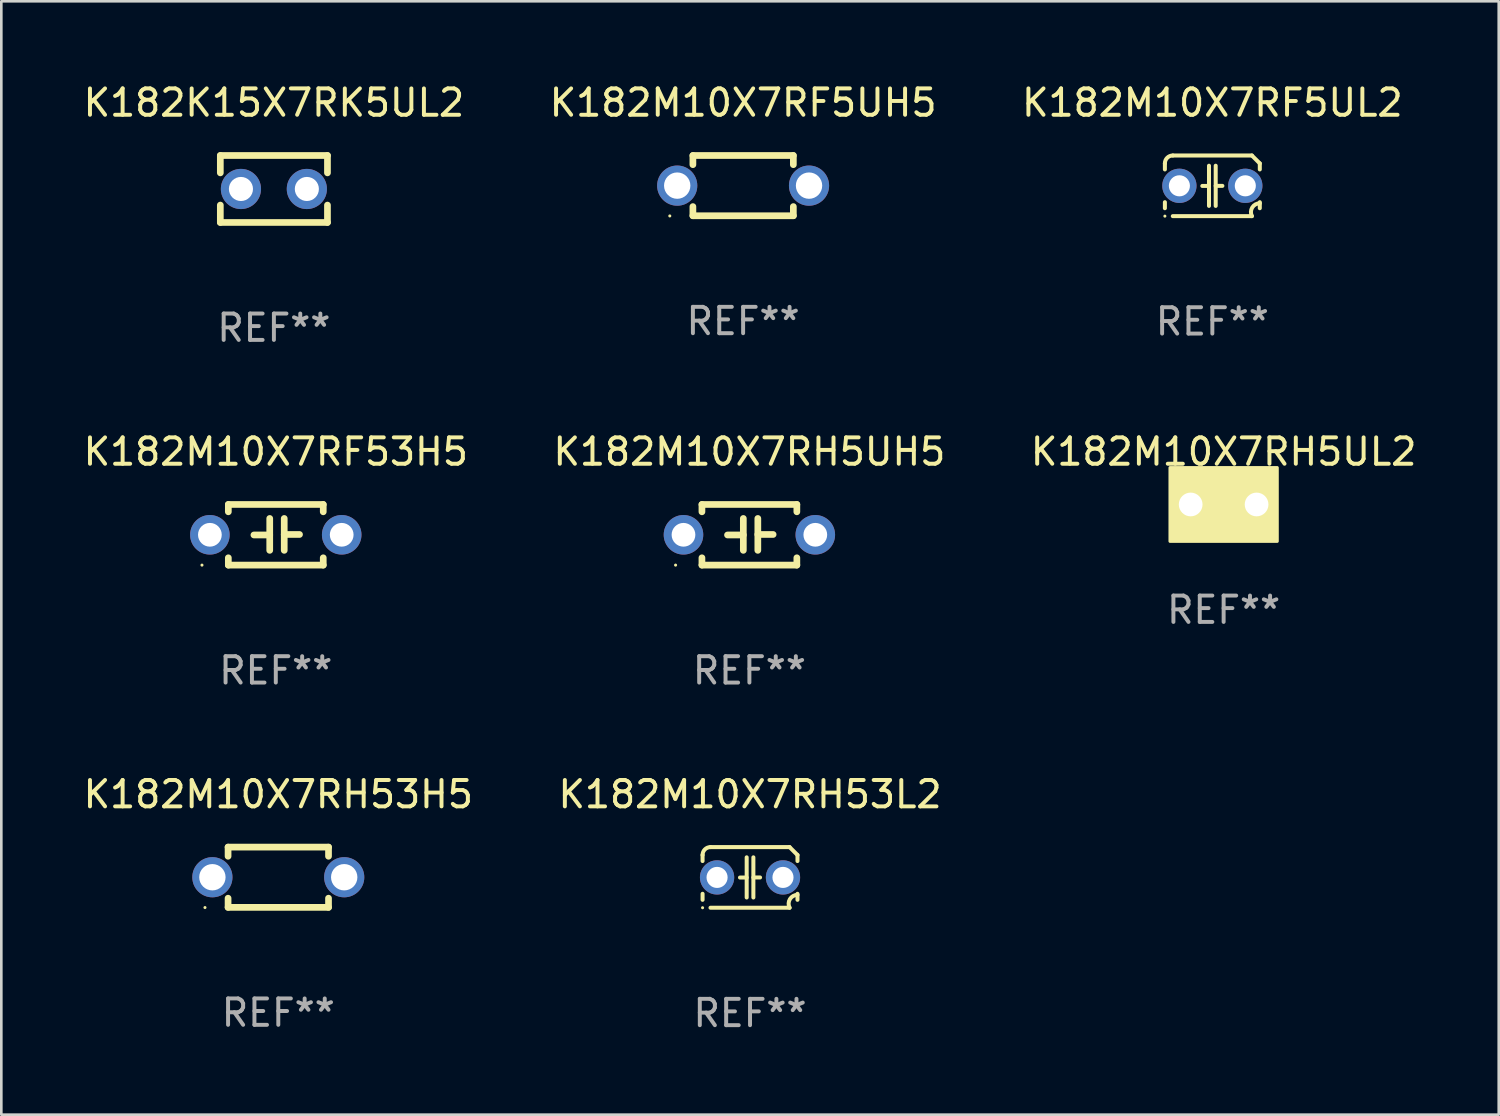
<source format=kicad_pcb>
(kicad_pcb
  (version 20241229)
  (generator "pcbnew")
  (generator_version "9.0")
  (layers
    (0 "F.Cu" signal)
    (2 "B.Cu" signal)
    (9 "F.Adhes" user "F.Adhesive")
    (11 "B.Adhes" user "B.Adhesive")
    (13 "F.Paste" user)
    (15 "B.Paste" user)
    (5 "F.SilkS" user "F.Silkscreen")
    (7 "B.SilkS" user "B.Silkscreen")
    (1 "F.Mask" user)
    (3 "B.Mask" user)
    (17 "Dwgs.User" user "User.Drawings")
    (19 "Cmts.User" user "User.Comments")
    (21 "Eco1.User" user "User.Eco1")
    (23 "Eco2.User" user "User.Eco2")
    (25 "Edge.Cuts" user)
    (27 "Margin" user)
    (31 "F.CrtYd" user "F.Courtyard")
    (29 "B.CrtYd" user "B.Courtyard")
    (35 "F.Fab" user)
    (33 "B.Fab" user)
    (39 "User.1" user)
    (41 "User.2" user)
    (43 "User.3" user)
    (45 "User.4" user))
  (footprint "K182M10X7RF5UL2"
    (layer "F.Cu")
    (at 42.935 3.998)
    (property "Reference" "K182M10X7RF5UL2" (at 0 -3.15 0) (layer "F.SilkS") (effects (font (size 1 1) (thickness 0.15))))
    (attr through_hole)
    (fp_line (start -1.8 -0.621) (end -1.8 -0.85) (stroke (width 0.152) (type solid)) (layer "F.SilkS"))
    (fp_line (start -1.8 0.85) (end -1.8 0.621) (stroke (width 0.152) (type solid)) (layer "F.SilkS"))
    (fp_line (start -1.5 -1.15) (end 1.5 -1.15) (stroke (width 0.152) (type solid)) (layer "F.SilkS"))
    (fp_line (start -0.127 -0.762) (end -0.127 0.762) (stroke (width 0.152) (type solid)) (layer "F.SilkS"))
    (fp_line (start -0.127 0.005) (end -0.381 0.005) (stroke (width 0.152) (type solid)) (layer "F.SilkS"))
    (fp_line (start 0.127 -0.762) (end 0.127 0.762) (stroke (width 0.152) (type solid)) (layer "F.SilkS"))
    (fp_line (start 0.127 0.002) (end 0.381 0.002) (stroke (width 0.152) (type solid)) (layer "F.SilkS"))
    (fp_line (start 1.5 1.15) (end -1.5 1.15) (stroke (width 0.152) (type solid)) (layer "F.SilkS"))
    (fp_line (start 1.8 -0.85) (end 1.8 -0.621) (stroke (width 0.152) (type solid)) (layer "F.SilkS"))
    (fp_line (start 1.8 0.621) (end 1.8 0.85) (stroke (width 0.152) (type solid)) (layer "F.SilkS"))
    (fp_arc (start -1.799975 -0.849987) (mid -1.712107 -1.062119) (end -1.499975 -1.149987) (stroke (width 0.151994) (type solid)) (layer "F.SilkS"))
    (fp_arc (start 1.499975 1.149987) (mid 1.513726 0.822359) (end 1.799975 0.662387) (stroke (width 0.151994) (type solid)) (layer "F.SilkS"))
    (fp_arc (start 1.500001 -1.149986) (mid 1.650015 -1.000001) (end 1.8 -0.849987) (stroke (width 0.151994) (type solid)) (layer "F.SilkS"))
    (fp_circle (center -1.8 1.15) (end -1.77 1.15) (stroke (width 0.06) (type solid)) (fill no) (layer "F.SilkS"))
    (fp_text user "REF**" (at 0 5.15 0) (layer "F.Fab") (effects (font (size 1 1) (thickness 0.15))))
    (pad "1" thru_hole circle (at -1.25 0) (size 1.3 1.3) (drill 0.8) (layers "*.Cu" "*.Mask"))
    (pad "2" thru_hole circle (at 1.25 0) (size 1.3 1.3) (drill 0.8) (layers "*.Cu" "*.Mask")))
  (footprint "K182M10X7RH53H5"
    (layer "F.Cu")
    (at 7.506 30.224)
    (property "Reference" "K182M10X7RH53H5" (at 0 -3.143 0) (layer "F.SilkS") (effects (font (size 1 1) (thickness 0.15))))
    (attr through_hole)
    (fp_line (start -1.905 -1.143) (end 1.905 -1.143) (stroke (width 0.254) (type solid)) (layer "F.SilkS"))
    (fp_line (start -1.905 -0.795) (end -1.905 -1.143) (stroke (width 0.254) (type solid)) (layer "F.SilkS"))
    (fp_line (start -1.905 1.143) (end -1.905 0.795) (stroke (width 0.254) (type solid)) (layer "F.SilkS"))
    (fp_line (start 1.905 -1.143) (end 1.905 -0.795) (stroke (width 0.254) (type solid)) (layer "F.SilkS"))
    (fp_line (start 1.905 0.795) (end 1.905 1.143) (stroke (width 0.254) (type solid)) (layer "F.SilkS"))
    (fp_line (start 1.905 1.143) (end -1.905 1.143) (stroke (width 0.254) (type solid)) (layer "F.SilkS"))
    (fp_circle (center -2.781 1.15) (end -2.751 1.15) (stroke (width 0.06) (type solid)) (fill no) (layer "F.SilkS"))
    (fp_text user "REF**" (at 0 5.143 0) (layer "F.Fab") (effects (font (size 1 1) (thickness 0.15))))
    (pad "1" thru_hole circle (at -2.5 0) (size 1.524 1.524) (drill 1) (layers "*.Cu" "*.Mask"))
    (pad "2" thru_hole circle (at 2.5 0) (size 1.524 1.524) (drill 1) (layers "*.Cu" "*.Mask")))
  (footprint "K182M10X7RH5UL2"
    (layer "F.Cu")
    (at 43.363 16.085)
    (property "Reference" "K182M10X7RH5UL2" (at 0 -2 0) (layer "F.SilkS") (effects (font (size 1 1) (thickness 0.15))))
    (attr through_hole)
    (fp_circle (center -1.8 1.15) (end -1.77 1.15) (stroke (width 0.06) (type solid)) (fill no) (layer "F.SilkS"))
    (fp_poly (pts (xy -2.032 -1.397) (xy 2.032 -1.397) (xy 2.032 1.397) (xy -2.032 1.397)) (stroke (width 0.12) (type solid)) (fill yes) (layer "F.SilkS"))
    (fp_text user "REF**" (at 0 4 0) (layer "F.Fab") (effects (font (size 1 1) (thickness 0.15))))
    (pad "1" thru_hole circle (at -1.25 0) (size 1.5 1.5) (drill 0.9) (layers "*.Cu" "*.Mask"))
    (pad "2" thru_hole circle (at 1.25 0) (size 1.5 1.5) (drill 0.9) (layers "*.Cu" "*.Mask")))
  (footprint "K182K15X7RK5UL2"
    (layer "F.Cu")
    (at 7.339 4.118)
    (property "Reference" "K182K15X7RK5UL2" (at 0 -3.27 0) (layer "F.SilkS") (effects (font (size 1 1) (thickness 0.15))))
    (attr through_hole)
    (fp_line (start -2.032 -1.27) (end -2.032 -0.611) (stroke (width 0.254) (type solid)) (layer "F.SilkS"))
    (fp_line (start -2.032 0.611) (end -2.032 1.27) (stroke (width 0.254) (type solid)) (layer "F.SilkS"))
    (fp_line (start -2.032 1.27) (end 2.032 1.27) (stroke (width 0.254) (type solid)) (layer "F.SilkS"))
    (fp_line (start 2.032 -1.27) (end -2.032 -1.27) (stroke (width 0.254) (type solid)) (layer "F.SilkS"))
    (fp_line (start 2.032 -0.611) (end 2.032 -1.27) (stroke (width 0.254) (type solid)) (layer "F.SilkS"))
    (fp_line (start 2.032 1.27) (end 2.032 0.611) (stroke (width 0.254) (type solid)) (layer "F.SilkS"))
    (fp_circle (center -2 1.3) (end -1.97 1.3) (stroke (width 0.06) (type solid)) (fill no) (layer "F.SilkS"))
    (fp_text user "REF**" (at 0 5.27 0) (layer "F.Fab") (effects (font (size 1 1) (thickness 0.15))))
    (pad "1" thru_hole circle (at -1.25 0) (size 1.524 1.524) (drill 0.914) (layers "*.Cu" "*.Mask"))
    (pad "2" thru_hole circle (at 1.25 0) (size 1.524 1.524) (drill 0.914) (layers "*.Cu" "*.Mask")))
  (footprint "K182M10X7RF5UH5"
    (layer "F.Cu")
    (at 25.137 3.991)
    (property "Reference" "K182M10X7RF5UH5" (at 0 -3.143 0) (layer "F.SilkS") (effects (font (size 1 1) (thickness 0.15))))
    (attr through_hole)
    (fp_line (start -1.905 -1.143) (end 1.905 -1.143) (stroke (width 0.254) (type solid)) (layer "F.SilkS"))
    (fp_line (start -1.905 -0.795) (end -1.905 -1.143) (stroke (width 0.254) (type solid)) (layer "F.SilkS"))
    (fp_line (start -1.905 1.143) (end -1.905 0.795) (stroke (width 0.254) (type solid)) (layer "F.SilkS"))
    (fp_line (start 1.905 -1.143) (end 1.905 -0.795) (stroke (width 0.254) (type solid)) (layer "F.SilkS"))
    (fp_line (start 1.905 0.795) (end 1.905 1.143) (stroke (width 0.254) (type solid)) (layer "F.SilkS"))
    (fp_line (start 1.905 1.143) (end -1.905 1.143) (stroke (width 0.254) (type solid)) (layer "F.SilkS"))
    (fp_circle (center -2.781 1.15) (end -2.751 1.15) (stroke (width 0.06) (type solid)) (fill no) (layer "F.SilkS"))
    (fp_text user "REF**" (at 0 5.143 0) (layer "F.Fab") (effects (font (size 1 1) (thickness 0.15))))
    (pad "1" thru_hole circle (at -2.5 0) (size 1.524 1.524) (drill 1) (layers "*.Cu" "*.Mask"))
    (pad "2" thru_hole circle (at 2.5 0) (size 1.524 1.524) (drill 1) (layers "*.Cu" "*.Mask")))
  (footprint "K182M10X7RH53L2"
    (layer "F.Cu")
    (at 25.399 30.231)
    (property "Reference" "K182M10X7RH53L2" (at 0 -3.15 0) (layer "F.SilkS") (effects (font (size 1 1) (thickness 0.15))))
    (attr through_hole)
    (fp_line (start -1.8 -0.621) (end -1.8 -0.85) (stroke (width 0.152) (type solid)) (layer "F.SilkS"))
    (fp_line (start -1.8 0.85) (end -1.8 0.621) (stroke (width 0.152) (type solid)) (layer "F.SilkS"))
    (fp_line (start -1.5 -1.15) (end 1.5 -1.15) (stroke (width 0.152) (type solid)) (layer "F.SilkS"))
    (fp_line (start -0.127 -0.762) (end -0.127 0.762) (stroke (width 0.152) (type solid)) (layer "F.SilkS"))
    (fp_line (start -0.127 0.005) (end -0.381 0.005) (stroke (width 0.152) (type solid)) (layer "F.SilkS"))
    (fp_line (start 0.127 -0.762) (end 0.127 0.762) (stroke (width 0.152) (type solid)) (layer "F.SilkS"))
    (fp_line (start 0.127 0.002) (end 0.381 0.002) (stroke (width 0.152) (type solid)) (layer "F.SilkS"))
    (fp_line (start 1.5 1.15) (end -1.5 1.15) (stroke (width 0.152) (type solid)) (layer "F.SilkS"))
    (fp_line (start 1.8 -0.85) (end 1.8 -0.621) (stroke (width 0.152) (type solid)) (layer "F.SilkS"))
    (fp_line (start 1.8 0.621) (end 1.8 0.85) (stroke (width 0.152) (type solid)) (layer "F.SilkS"))
    (fp_arc (start -1.799975 -0.849987) (mid -1.712107 -1.062119) (end -1.499975 -1.149987) (stroke (width 0.151994) (type solid)) (layer "F.SilkS"))
    (fp_arc (start 1.499975 1.149987) (mid 1.513726 0.822359) (end 1.799975 0.662387) (stroke (width 0.151994) (type solid)) (layer "F.SilkS"))
    (fp_arc (start 1.500001 -1.149986) (mid 1.650015 -1.000001) (end 1.8 -0.849987) (stroke (width 0.151994) (type solid)) (layer "F.SilkS"))
    (fp_circle (center -1.8 1.15) (end -1.77 1.15) (stroke (width 0.06) (type solid)) (fill no) (layer "F.SilkS"))
    (fp_text user "REF**" (at 0 5.15 0) (layer "F.Fab") (effects (font (size 1 1) (thickness 0.15))))
    (pad "1" thru_hole circle (at -1.25 0) (size 1.3 1.3) (drill 0.8) (layers "*.Cu" "*.Mask"))
    (pad "2" thru_hole circle (at 1.25 0) (size 1.3 1.3) (drill 0.8) (layers "*.Cu" "*.Mask")))
  (footprint "K182M10X7RF53H5"
    (layer "F.Cu")
    (at 7.411 17.235)
    (property "Reference" "K182M10X7RF53H5" (at 0 -3.15 0) (layer "F.SilkS") (effects (font (size 1 1) (thickness 0.15))))
    (attr through_hole)
    (fp_line (start -1.8 -1.15) (end -1.8 -0.872) (stroke (width 0.254) (type solid)) (layer "F.SilkS"))
    (fp_line (start -1.8 -1.15) (end 1.8 -1.15) (stroke (width 0.254) (type solid)) (layer "F.SilkS"))
    (fp_line (start -1.8 0.872) (end -1.8 1.15) (stroke (width 0.254) (type solid)) (layer "F.SilkS"))
    (fp_line (start -1.8 1.15) (end 1.8 1.15) (stroke (width 0.254) (type solid)) (layer "F.SilkS"))
    (fp_line (start -0.23 -0.62) (end -0.23 0.59) (stroke (width 0.254) (type solid)) (layer "F.SilkS"))
    (fp_line (start -0.23 0.007) (end -0.83 0.007) (stroke (width 0.254) (type solid)) (layer "F.SilkS"))
    (fp_line (start 0.32 -0.62) (end 0.32 0.59) (stroke (width 0.254) (type solid)) (layer "F.SilkS"))
    (fp_line (start 0.32 -0.012) (end 0.9 -0.012) (stroke (width 0.254) (type solid)) (layer "F.SilkS"))
    (fp_line (start 1.8 -1.15) (end 1.8 -0.872) (stroke (width 0.254) (type solid)) (layer "F.SilkS"))
    (fp_line (start 1.8 0.872) (end 1.8 1.15) (stroke (width 0.254) (type solid)) (layer "F.SilkS"))
    (fp_circle (center -2.8 1.15) (end -2.77 1.15) (stroke (width 0.06) (type solid)) (fill no) (layer "F.SilkS"))
    (fp_text user "REF**" (at 0 5.15 0) (layer "F.Fab") (effects (font (size 1 1) (thickness 0.15))))
    (pad "1" thru_hole circle (at -2.5 0) (size 1.5 1.5) (drill 0.9) (layers "*.Cu" "*.Mask"))
    (pad "2" thru_hole circle (at 2.5 0) (size 1.5 1.5) (drill 0.9) (layers "*.Cu" "*.Mask")))
  (footprint "K182M10X7RH5UH5"
    (layer "F.Cu")
    (at 25.375 17.235)
    (property "Reference" "K182M10X7RH5UH5" (at 0 -3.15 0) (layer "F.SilkS") (effects (font (size 1 1) (thickness 0.15))))
    (attr through_hole)
    (fp_line (start -1.8 -1.15) (end -1.8 -0.872) (stroke (width 0.254) (type solid)) (layer "F.SilkS"))
    (fp_line (start -1.8 -1.15) (end 1.8 -1.15) (stroke (width 0.254) (type solid)) (layer "F.SilkS"))
    (fp_line (start -1.8 0.872) (end -1.8 1.15) (stroke (width 0.254) (type solid)) (layer "F.SilkS"))
    (fp_line (start -1.8 1.15) (end 1.8 1.15) (stroke (width 0.254) (type solid)) (layer "F.SilkS"))
    (fp_line (start -0.23 -0.62) (end -0.23 0.59) (stroke (width 0.254) (type solid)) (layer "F.SilkS"))
    (fp_line (start -0.23 0.007) (end -0.83 0.007) (stroke (width 0.254) (type solid)) (layer "F.SilkS"))
    (fp_line (start 0.32 -0.62) (end 0.32 0.59) (stroke (width 0.254) (type solid)) (layer "F.SilkS"))
    (fp_line (start 0.32 -0.012) (end 0.9 -0.012) (stroke (width 0.254) (type solid)) (layer "F.SilkS"))
    (fp_line (start 1.8 -1.15) (end 1.8 -0.872) (stroke (width 0.254) (type solid)) (layer "F.SilkS"))
    (fp_line (start 1.8 0.872) (end 1.8 1.15) (stroke (width 0.254) (type solid)) (layer "F.SilkS"))
    (fp_circle (center -2.8 1.15) (end -2.77 1.15) (stroke (width 0.06) (type solid)) (fill no) (layer "F.SilkS"))
    (fp_text user "REF**" (at 0 5.15 0) (layer "F.Fab") (effects (font (size 1 1) (thickness 0.15))))
    (pad "1" thru_hole circle (at -2.5 0) (size 1.5 1.5) (drill 0.9) (layers "*.Cu" "*.Mask"))
    (pad "2" thru_hole circle (at 2.5 0) (size 1.5 1.5) (drill 0.9) (layers "*.Cu" "*.Mask")))
  (gr_rect
    (start -3 -3)
    (end 53.798 39.23)
    (stroke (width 0.1) (type default))
    (fill no)
    (layer "Edge.Cuts")))
</source>
